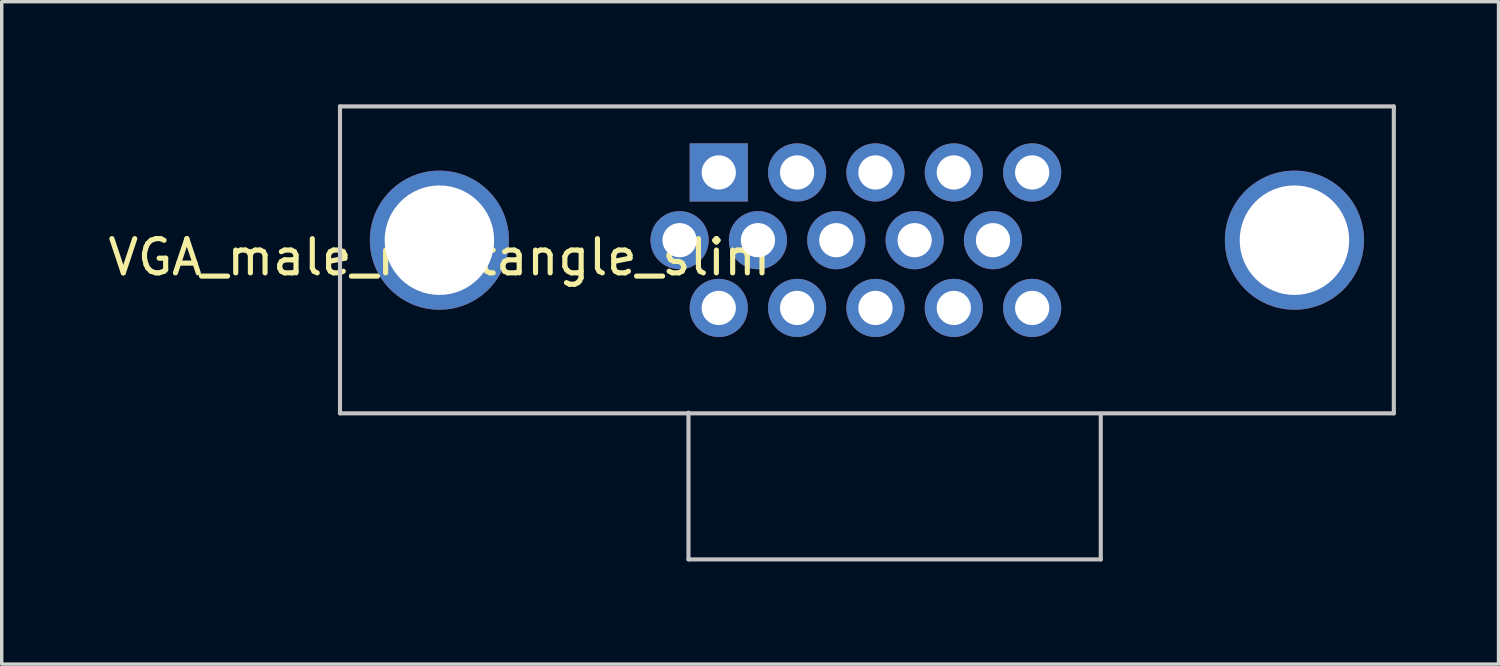
<source format=kicad_pcb>
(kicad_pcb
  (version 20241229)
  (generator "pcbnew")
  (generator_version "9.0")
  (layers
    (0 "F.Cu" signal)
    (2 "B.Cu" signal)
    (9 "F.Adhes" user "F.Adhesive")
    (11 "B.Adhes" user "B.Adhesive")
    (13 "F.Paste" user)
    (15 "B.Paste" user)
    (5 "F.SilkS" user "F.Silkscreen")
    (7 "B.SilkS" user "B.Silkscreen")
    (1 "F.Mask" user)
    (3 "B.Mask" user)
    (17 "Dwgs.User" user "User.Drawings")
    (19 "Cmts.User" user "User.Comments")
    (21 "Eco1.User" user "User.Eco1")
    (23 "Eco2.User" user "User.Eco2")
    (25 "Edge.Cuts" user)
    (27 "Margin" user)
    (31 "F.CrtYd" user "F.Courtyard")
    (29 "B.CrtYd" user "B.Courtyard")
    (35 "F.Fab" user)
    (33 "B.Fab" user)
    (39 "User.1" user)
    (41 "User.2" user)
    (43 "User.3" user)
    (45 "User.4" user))
  (footprint "VGA_male_rightangle_slim"
    (layer "F.Cu")
    (at 9.792 3.97)
    (property "Reference" "VGA_male_rightangle_slim" (at 0 0.5 0) (layer "F.SilkS") (effects (font (size 1 1) (thickness 0.15))))
    (attr through_hole)
    (fp_line (start -2.905 -3.91) (end -2.905 5.06) (stroke (width 0.12) (type solid)) (layer "Dwgs.User"))
    (fp_line (start -2.905 -3.91) (end 27.895 -3.91) (stroke (width 0.12) (type solid)) (layer "Dwgs.User"))
    (fp_line (start -2.905 5.06) (end 27.895 5.06) (stroke (width 0.12) (type solid)) (layer "Dwgs.User"))
    (fp_line (start 7.28 9.33) (end 7.28 5.04) (stroke (width 0.12) (type solid)) (layer "Dwgs.User"))
    (fp_line (start 19.33 5.08) (end 19.33 9.33) (stroke (width 0.12) (type solid)) (layer "Dwgs.User"))
    (fp_line (start 19.33 9.33) (end 7.28 9.33) (stroke (width 0.12) (type solid)) (layer "Dwgs.User"))
    (fp_line (start 27.895 -3.91) (end 27.895 5.06) (stroke (width 0.12) (type solid)) (layer "Dwgs.User"))
    (pad "1" thru_hole rect (at 8.165 -1.98 180) (size 1.7 1.7) (drill 1) (layers "*.Cu" "*.Mask"))
    (pad "2" thru_hole circle (at 10.455 -1.98 180) (size 1.7 1.7) (drill 1) (layers "*.Cu" "*.Mask"))
    (pad "3" thru_hole circle (at 12.745 -1.98 180) (size 1.7 1.7) (drill 1) (layers "*.Cu" "*.Mask"))
    (pad "4" thru_hole circle (at 15.035 -1.98 180) (size 1.7 1.7) (drill 1) (layers "*.Cu" "*.Mask"))
    (pad "5" thru_hole circle (at 17.325 -1.98 180) (size 1.7 1.7) (drill 1) (layers "*.Cu" "*.Mask"))
    (pad "6" thru_hole circle (at 7.02 0 180) (size 1.7 1.7) (drill 1) (layers "*.Cu" "*.Mask"))
    (pad "7" thru_hole circle (at 9.31 0 180) (size 1.7 1.7) (drill 1) (layers "*.Cu" "*.Mask"))
    (pad "8" thru_hole circle (at 11.6 0 180) (size 1.7 1.7) (drill 1) (layers "*.Cu" "*.Mask"))
    (pad "9" thru_hole circle (at 13.89 0 180) (size 1.7 1.7) (drill 1) (layers "*.Cu" "*.Mask"))
    (pad "10" thru_hole circle (at 16.18 0 180) (size 1.7 1.7) (drill 1) (layers "*.Cu" "*.Mask"))
    (pad "11" thru_hole circle (at 8.165 1.98 180) (size 1.7 1.7) (drill 1) (layers "*.Cu" "*.Mask"))
    (pad "12" thru_hole circle (at 10.455 1.98 180) (size 1.7 1.7) (drill 1) (layers "*.Cu" "*.Mask"))
    (pad "13" thru_hole circle (at 12.745 1.98 180) (size 1.7 1.7) (drill 1) (layers "*.Cu" "*.Mask"))
    (pad "14" thru_hole circle (at 15.035 1.98 180) (size 1.7 1.7) (drill 1) (layers "*.Cu" "*.Mask"))
    (pad "15" thru_hole circle (at 17.325 1.98 180) (size 1.7 1.7) (drill 1) (layers "*.Cu" "*.Mask"))
    (pad "S1" thru_hole circle (at 0 0) (size 4.066 4.066) (drill 3.2) (layers "*.Cu" "*.Mask"))
    (pad "S2" thru_hole circle (at 24.99 0) (size 4.066 4.066) (drill 3.2) (layers "*.Cu" "*.Mask")))
  (gr_rect
    (start -3 -3)
    (end 40.747 16.36)
    (stroke (width 0.1) (type default))
    (fill no)
    (layer "Edge.Cuts")))
</source>
